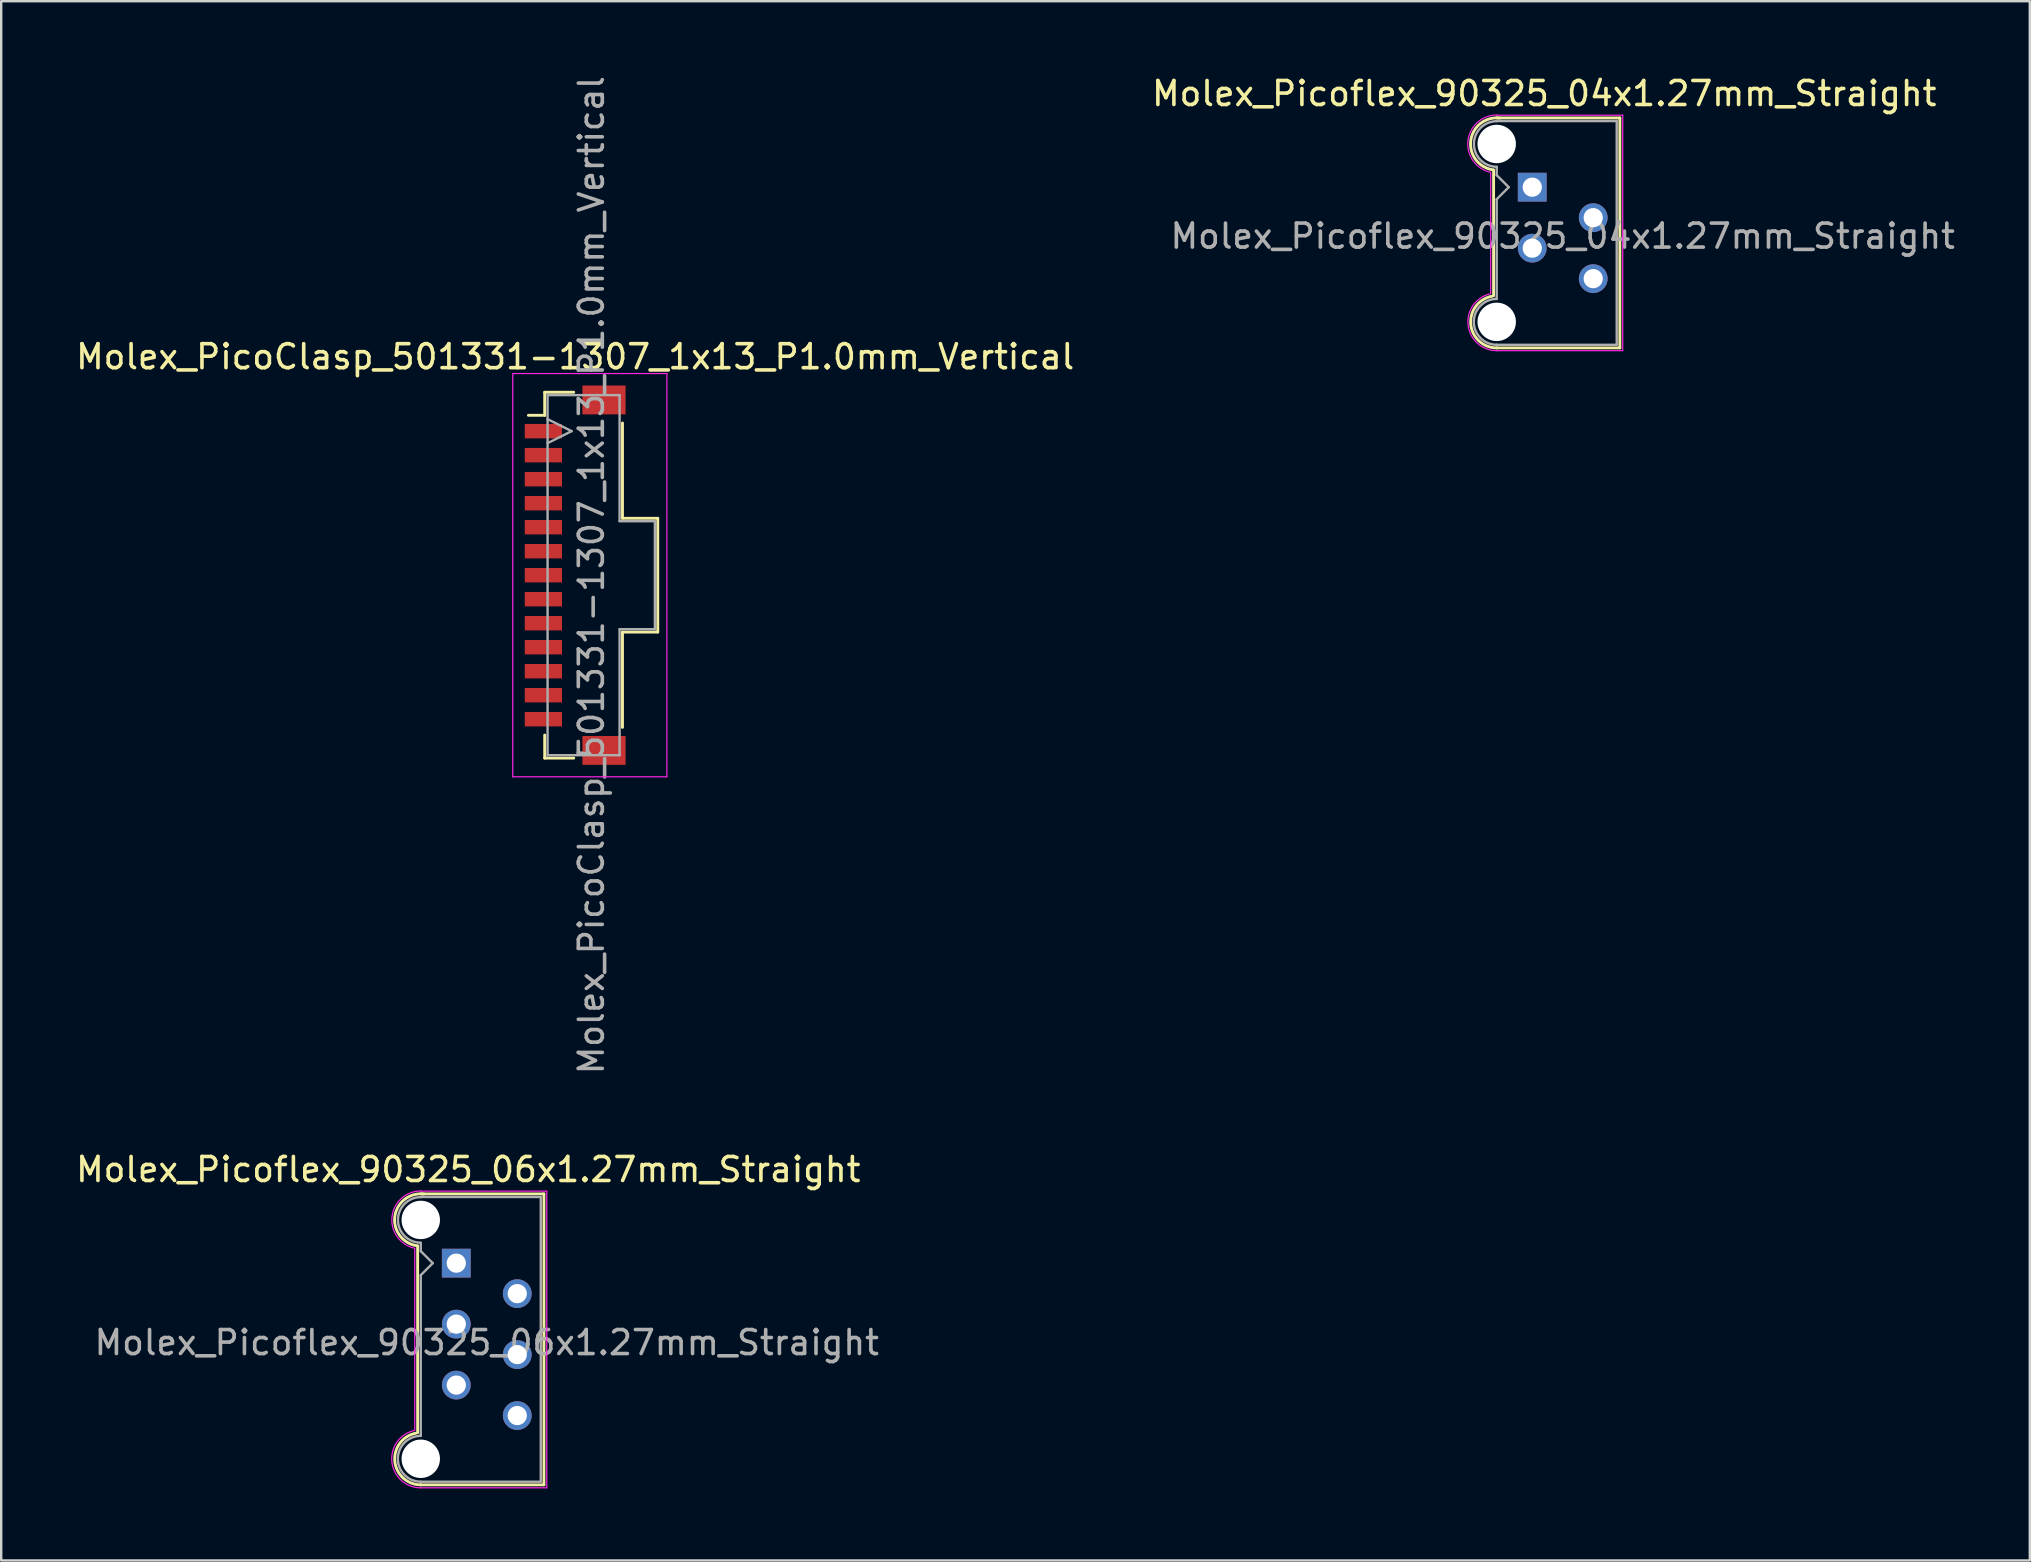
<source format=kicad_pcb>
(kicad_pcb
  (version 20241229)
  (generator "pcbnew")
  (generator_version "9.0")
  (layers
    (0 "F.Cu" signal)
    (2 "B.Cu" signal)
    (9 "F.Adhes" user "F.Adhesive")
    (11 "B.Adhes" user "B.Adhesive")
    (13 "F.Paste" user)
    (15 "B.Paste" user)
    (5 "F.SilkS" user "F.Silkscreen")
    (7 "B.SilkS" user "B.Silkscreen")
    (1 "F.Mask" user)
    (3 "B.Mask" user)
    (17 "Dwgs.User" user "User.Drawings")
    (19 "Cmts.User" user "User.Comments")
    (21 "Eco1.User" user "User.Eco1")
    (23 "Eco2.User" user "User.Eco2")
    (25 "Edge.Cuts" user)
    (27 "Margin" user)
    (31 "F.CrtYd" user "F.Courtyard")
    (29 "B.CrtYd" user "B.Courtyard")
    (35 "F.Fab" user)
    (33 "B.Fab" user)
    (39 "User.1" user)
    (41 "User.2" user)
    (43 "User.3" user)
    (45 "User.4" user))
  (footprint "Molex_PicoClasp_501331-1307_1x13_P1.0mm_Vertical"
    (layer "F.Cu")
    (at 20.911 20.911)
    (property "Reference" "Molex_PicoClasp_501331-1307_1x13_P1.0mm_Vertical" (at 0 -9.1 0) (layer "F.SilkS") (effects (font (size 1 1) (thickness 0.15))))
    (attr smd)
    (fp_line (start -1.95 -6.66) (end -1.27 -6.66) (stroke (width 0.12) (type solid)) (layer "F.SilkS"))
    (fp_line (start -1.27 -7.62) (end -0.06 -7.62) (stroke (width 0.12) (type solid)) (layer "F.SilkS"))
    (fp_line (start -1.27 -6.66) (end -1.27 -7.62) (stroke (width 0.12) (type solid)) (layer "F.SilkS"))
    (fp_line (start -1.27 6.66) (end -1.27 7.62) (stroke (width 0.12) (type solid)) (layer "F.SilkS"))
    (fp_line (start -1.27 7.62) (end -0.06 7.62) (stroke (width 0.12) (type solid)) (layer "F.SilkS"))
    (fp_line (start 1.97 -6.34) (end 1.97 -2.37) (stroke (width 0.12) (type solid)) (layer "F.SilkS"))
    (fp_line (start 1.97 -2.37) (end 3.44 -2.37) (stroke (width 0.12) (type solid)) (layer "F.SilkS"))
    (fp_line (start 1.97 2.37) (end 1.97 6.34) (stroke (width 0.12) (type solid)) (layer "F.SilkS"))
    (fp_line (start 3.44 -2.37) (end 3.44 2.37) (stroke (width 0.12) (type solid)) (layer "F.SilkS"))
    (fp_line (start 3.44 2.37) (end 1.97 2.37) (stroke (width 0.12) (type solid)) (layer "F.SilkS"))
    (fp_line (start -2.6 -8.4) (end -2.6 8.4) (stroke (width 0.05) (type solid)) (layer "F.CrtYd"))
    (fp_line (start -2.6 8.4) (end 3.82 8.4) (stroke (width 0.05) (type solid)) (layer "F.CrtYd"))
    (fp_line (start 3.82 -8.4) (end -2.6 -8.4) (stroke (width 0.05) (type solid)) (layer "F.CrtYd"))
    (fp_line (start 3.82 8.4) (end 3.82 -8.4) (stroke (width 0.05) (type solid)) (layer "F.CrtYd"))
    (fp_line (start -1.15 -7.5) (end 1.85 -7.5) (stroke (width 0.1) (type solid)) (layer "F.Fab"))
    (fp_line (start -1.15 -5.5) (end -0.15 -6) (stroke (width 0.1) (type solid)) (layer "F.Fab"))
    (fp_line (start -1.15 7.5) (end -1.15 -7.5) (stroke (width 0.1) (type solid)) (layer "F.Fab"))
    (fp_line (start -0.15 -6) (end -1.15 -6.5) (stroke (width 0.1) (type solid)) (layer "F.Fab"))
    (fp_line (start 1.85 -7.5) (end 1.85 -2.25) (stroke (width 0.1) (type solid)) (layer "F.Fab"))
    (fp_line (start 1.85 -2.25) (end 3.32 -2.25) (stroke (width 0.1) (type solid)) (layer "F.Fab"))
    (fp_line (start 1.85 2.25) (end 1.85 7.5) (stroke (width 0.1) (type solid)) (layer "F.Fab"))
    (fp_line (start 1.85 7.5) (end -1.15 7.5) (stroke (width 0.1) (type solid)) (layer "F.Fab"))
    (fp_line (start 3.32 -2.25) (end 3.32 2.25) (stroke (width 0.1) (type solid)) (layer "F.Fab"))
    (fp_line (start 3.32 2.25) (end 1.85 2.25) (stroke (width 0.1) (type solid)) (layer "F.Fab"))
    (fp_text user "${REFERENCE}" (at 0.675 0 90) (layer "F.Fab") (effects (font (size 1 1) (thickness 0.15))))
    (pad "" smd rect (at 1.2 -7.3) (size 1.8 1.2) (layers "F.Cu" "F.Mask" "F.Paste"))
    (pad "" smd rect (at 1.2 7.3) (size 1.8 1.2) (layers "F.Cu" "F.Mask" "F.Paste"))
    (pad "1" smd rect (at -1.325 -6) (size 1.55 0.6) (layers "F.Cu" "F.Mask" "F.Paste"))
    (pad "2" smd rect (at -1.325 -5) (size 1.55 0.6) (layers "F.Cu" "F.Mask" "F.Paste"))
    (pad "3" smd rect (at -1.325 -4) (size 1.55 0.6) (layers "F.Cu" "F.Mask" "F.Paste"))
    (pad "4" smd rect (at -1.325 -3) (size 1.55 0.6) (layers "F.Cu" "F.Mask" "F.Paste"))
    (pad "5" smd rect (at -1.325 -2) (size 1.55 0.6) (layers "F.Cu" "F.Mask" "F.Paste"))
    (pad "6" smd rect (at -1.325 -1) (size 1.55 0.6) (layers "F.Cu" "F.Mask" "F.Paste"))
    (pad "7" smd rect (at -1.325 0) (size 1.55 0.6) (layers "F.Cu" "F.Mask" "F.Paste"))
    (pad "8" smd rect (at -1.325 1) (size 1.55 0.6) (layers "F.Cu" "F.Mask" "F.Paste"))
    (pad "9" smd rect (at -1.325 2) (size 1.55 0.6) (layers "F.Cu" "F.Mask" "F.Paste"))
    (pad "10" smd rect (at -1.325 3) (size 1.55 0.6) (layers "F.Cu" "F.Mask" "F.Paste"))
    (pad "11" smd rect (at -1.325 4) (size 1.55 0.6) (layers "F.Cu" "F.Mask" "F.Paste"))
    (pad "12" smd rect (at -1.325 5) (size 1.55 0.6) (layers "F.Cu" "F.Mask" "F.Paste"))
    (pad "13" smd rect (at -1.325 6) (size 1.55 0.6) (layers "F.Cu" "F.Mask" "F.Paste")))
  (footprint "Molex_Picoflex_90325_06x1.27mm_Straight"
    (layer "F.Cu")
    (at 15.958 49.57)
    (property "Reference" "Molex_Picoflex_90325_06x1.27mm_Straight" (at 0.5 -3.9 0) (layer "F.SilkS") (effects (font (size 1 1) (thickness 0.15))))
    (attr through_hole)
    (fp_line (start -1.61 -0.715) (end -1.61 7.065) (stroke (width 0.12) (type solid)) (layer "F.SilkS"))
    (fp_line (start -1.48 -2.885) (end 3.65 -2.885) (stroke (width 0.12) (type solid)) (layer "F.SilkS"))
    (fp_line (start 3.65 -2.885) (end 3.65 9.235) (stroke (width 0.12) (type solid)) (layer "F.SilkS"))
    (fp_line (start 3.65 9.235) (end -1.48 9.235) (stroke (width 0.12) (type solid)) (layer "F.SilkS"))
    (fp_arc (start -1.61 -0.72) (mid -2.56 -1.93) (end -1.35 -2.88) (stroke (width 0.12) (type solid)) (layer "F.SilkS"))
    (fp_arc (start -1.47 9.235) (mid -2.56 8.254526) (end -1.678256 7.08322) (stroke (width 0.12) (type solid)) (layer "F.SilkS"))
    (fp_line (start -1.73 -0.6) (end -1.73 6.95) (stroke (width 0.05) (type solid)) (layer "F.CrtYd"))
    (fp_line (start -1.48 -3) (end 3.77 -3) (stroke (width 0.05) (type solid)) (layer "F.CrtYd"))
    (fp_line (start 3.77 -3) (end 3.77 9.36) (stroke (width 0.05) (type solid)) (layer "F.CrtYd"))
    (fp_line (start 3.77 9.36) (end -1.48 9.36) (stroke (width 0.05) (type solid)) (layer "F.CrtYd"))
    (fp_arc (start -1.73 -0.62) (mid -2.679668 -1.925287) (end -1.480799 -3.006192) (stroke (width 0.05) (type solid)) (layer "F.CrtYd"))
    (fp_arc (start -1.47 9.36) (mid -2.682326 8.286425) (end -1.741355 6.968521) (stroke (width 0.05) (type solid)) (layer "F.CrtYd"))
    (fp_line (start -1.48 -2.755) (end 3.52 -2.755) (stroke (width 0.1) (type solid)) (layer "F.Fab"))
    (fp_line (start -1.48 -0.845) (end -1.48 -0.5) (stroke (width 0.1) (type solid)) (layer "F.Fab"))
    (fp_line (start -1.48 -0.5) (end -0.98 0) (stroke (width 0.1) (type solid)) (layer "F.Fab"))
    (fp_line (start -1.48 0.5) (end -1.48 7.195) (stroke (width 0.1) (type solid)) (layer "F.Fab"))
    (fp_line (start -0.98 0) (end -1.48 0.5) (stroke (width 0.1) (type solid)) (layer "F.Fab"))
    (fp_line (start 3.52 -2.755) (end 3.52 9.105) (stroke (width 0.1) (type solid)) (layer "F.Fab"))
    (fp_line (start 3.52 9.105) (end -1.48 9.105) (stroke (width 0.1) (type solid)) (layer "F.Fab"))
    (fp_arc (start -1.48 -0.85) (mid -2.43 -1.8) (end -1.48 -2.75) (stroke (width 0.1) (type solid)) (layer "F.Fab"))
    (fp_arc (start -1.48 9.105) (mid -2.435 8.15) (end -1.48 7.195) (stroke (width 0.1) (type solid)) (layer "F.Fab"))
    (fp_text user "${REFERENCE}" (at 1.27 3.31 0) (layer "F.Fab") (effects (font (size 1 1) (thickness 0.15))))
    (pad "" np_thru_hole circle (at -1.48 -1.8) (size 1.6 1.6) (drill 1.6) (layers "*.Cu"))
    (pad "" np_thru_hole circle (at -1.48 8.15) (size 1.6 1.6) (drill 1.6) (layers "*.Cu"))
    (pad "1" thru_hole rect (at 0 0) (size 1.2 1.2) (drill 0.8) (layers "*.Cu" "*.Mask"))
    (pad "2" thru_hole circle (at 2.54 1.27) (size 1.2 1.2) (drill 0.8) (layers "*.Cu" "*.Mask"))
    (pad "3" thru_hole circle (at 0 2.54) (size 1.2 1.2) (drill 0.8) (layers "*.Cu" "*.Mask"))
    (pad "4" thru_hole circle (at 2.54 3.81) (size 1.2 1.2) (drill 0.8) (layers "*.Cu" "*.Mask"))
    (pad "5" thru_hole circle (at 0 5.08) (size 1.2 1.2) (drill 0.8) (layers "*.Cu" "*.Mask"))
    (pad "6" thru_hole circle (at 2.54 6.35) (size 1.2 1.2) (drill 0.8) (layers "*.Cu" "*.Mask")))
  (footprint "Molex_Picoflex_90325_04x1.27mm_Straight"
    (layer "F.Cu")
    (at 60.78 4.748)
    (property "Reference" "Molex_Picoflex_90325_04x1.27mm_Straight" (at 0.5 -3.9 0) (layer "F.SilkS") (effects (font (size 1 1) (thickness 0.15))))
    (attr through_hole)
    (fp_line (start -1.61 -0.715) (end -1.61 4.525) (stroke (width 0.12) (type solid)) (layer "F.SilkS"))
    (fp_line (start -1.48 -2.885) (end 3.65 -2.885) (stroke (width 0.12) (type solid)) (layer "F.SilkS"))
    (fp_line (start 3.65 -2.885) (end 3.65 6.695) (stroke (width 0.12) (type solid)) (layer "F.SilkS"))
    (fp_line (start 3.65 6.695) (end -1.48 6.695) (stroke (width 0.12) (type solid)) (layer "F.SilkS"))
    (fp_arc (start -1.61 -0.72) (mid -2.56 -1.93) (end -1.35 -2.88) (stroke (width 0.12) (type solid)) (layer "F.SilkS"))
    (fp_arc (start -1.47 6.695) (mid -2.56 5.714526) (end -1.678256 4.54322) (stroke (width 0.12) (type solid)) (layer "F.SilkS"))
    (fp_line (start -1.73 -0.6) (end -1.73 4.41) (stroke (width 0.05) (type solid)) (layer "F.CrtYd"))
    (fp_line (start -1.48 -3) (end 3.77 -3) (stroke (width 0.05) (type solid)) (layer "F.CrtYd"))
    (fp_line (start 3.77 -3) (end 3.77 6.81) (stroke (width 0.05) (type solid)) (layer "F.CrtYd"))
    (fp_line (start 3.77 6.81) (end -1.48 6.81) (stroke (width 0.05) (type solid)) (layer "F.CrtYd"))
    (fp_arc (start -1.73 -0.62) (mid -2.679668 -1.925287) (end -1.480799 -3.006192) (stroke (width 0.05) (type solid)) (layer "F.CrtYd"))
    (fp_arc (start -1.47 6.81) (mid -2.672381 5.74538) (end -1.739276 4.438302) (stroke (width 0.05) (type solid)) (layer "F.CrtYd"))
    (fp_line (start -1.48 -2.755) (end 3.52 -2.755) (stroke (width 0.1) (type solid)) (layer "F.Fab"))
    (fp_line (start -1.48 -0.845) (end -1.48 -0.5) (stroke (width 0.1) (type solid)) (layer "F.Fab"))
    (fp_line (start -1.48 -0.5) (end -0.98 0) (stroke (width 0.1) (type solid)) (layer "F.Fab"))
    (fp_line (start -1.48 0.5) (end -1.48 4.655) (stroke (width 0.1) (type solid)) (layer "F.Fab"))
    (fp_line (start -0.98 0) (end -1.48 0.5) (stroke (width 0.1) (type solid)) (layer "F.Fab"))
    (fp_line (start 3.52 -2.755) (end 3.52 6.565) (stroke (width 0.1) (type solid)) (layer "F.Fab"))
    (fp_line (start 3.52 6.565) (end -1.48 6.565) (stroke (width 0.1) (type solid)) (layer "F.Fab"))
    (fp_arc (start -1.48 -0.85) (mid -2.43 -1.8) (end -1.48 -2.75) (stroke (width 0.1) (type solid)) (layer "F.Fab"))
    (fp_arc (start -1.48 6.565) (mid -2.435 5.61) (end -1.48 4.655) (stroke (width 0.1) (type solid)) (layer "F.Fab"))
    (fp_text user "${REFERENCE}" (at 1.27 2.04 0) (layer "F.Fab") (effects (font (size 1 1) (thickness 0.15))))
    (pad "" np_thru_hole circle (at -1.48 -1.8) (size 1.6 1.6) (drill 1.6) (layers "*.Cu"))
    (pad "" np_thru_hole circle (at -1.48 5.61) (size 1.6 1.6) (drill 1.6) (layers "*.Cu"))
    (pad "1" thru_hole rect (at 0 0) (size 1.2 1.2) (drill 0.8) (layers "*.Cu" "*.Mask"))
    (pad "2" thru_hole circle (at 2.54 1.27) (size 1.2 1.2) (drill 0.8) (layers "*.Cu" "*.Mask"))
    (pad "3" thru_hole circle (at 0 2.54) (size 1.2 1.2) (drill 0.8) (layers "*.Cu" "*.Mask"))
    (pad "4" thru_hole circle (at 2.54 3.81) (size 1.2 1.2) (drill 0.8) (layers "*.Cu" "*.Mask")))
  (gr_rect
    (start -3 -3)
    (end 81.508 61.955)
    (stroke (width 0.1) (type default))
    (fill no)
    (layer "Edge.Cuts")))
</source>
